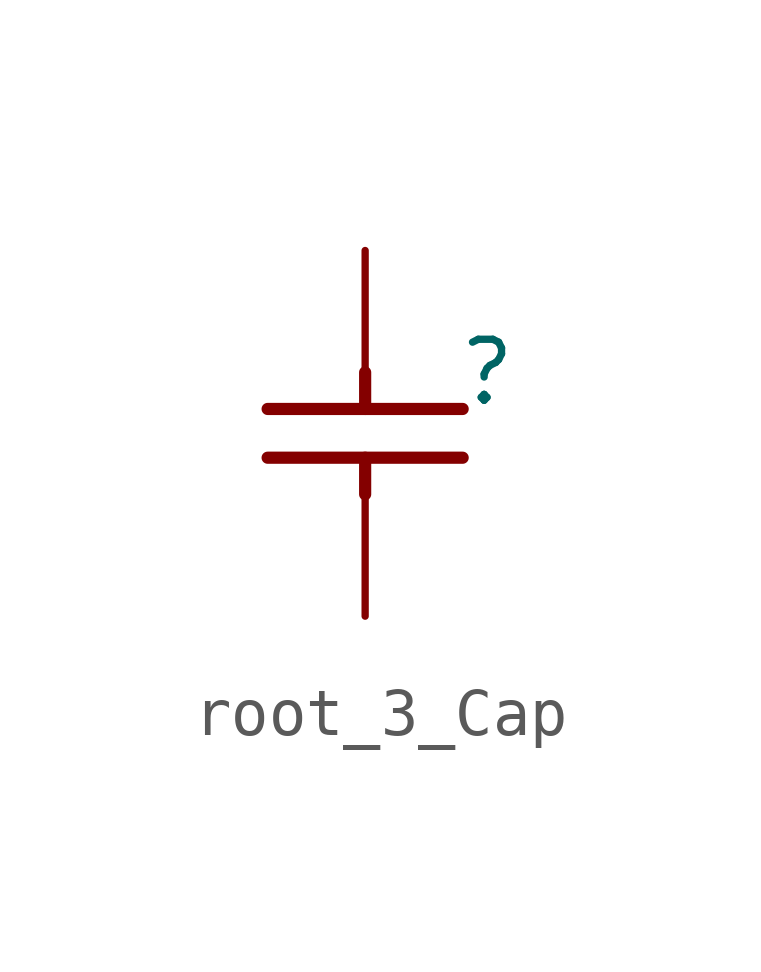
<source format=kicad_sym>
(kicad_symbol_lib
  (version 20231120)
  (generator "kicad_symbol_editor")
  (generator_version "8.0")
  (symbol "root_3_Cap"
    (property "Reference" ""
      (at 0 0 0)
      (effects (font (size 1.27 1.27))))
    (property "Value" ""
      (at 0 0 0)
      (effects (font (size 1.27 1.27))))
    (symbol "root_3_Cap_1_0"
      (polyline (pts (xy -4.572 -0.762) (xy -0.508 -0.762)) (stroke (width 0.254) (type solid)) (fill (type none)))
      (polyline (pts (xy -2.54 -2.54) (xy -2.54 -1.778)) (stroke (width 0.254) (type solid)) (fill (type none)))
      (polyline (pts (xy -2.54 0) (xy -2.54 -0.762)) (stroke (width 0.254) (type solid)) (fill (type none)))
      (polyline (pts (xy -0.508 -1.778) (xy -4.572 -1.778)) (stroke (width 0.254) (type solid)) (fill (type none)))
      (pin passive line (at -2.54 2.54 270) (length 2.54) (name "1" (effects (font (size 0 0)))) (number "1" (effects (font (size 0 0)))))
      (pin passive line (at -2.54 -5.08 90) (length 2.54) (name "2" (effects (font (size 0 0)))) (number "2" (effects (font (size 0 0))))))))
</source>
